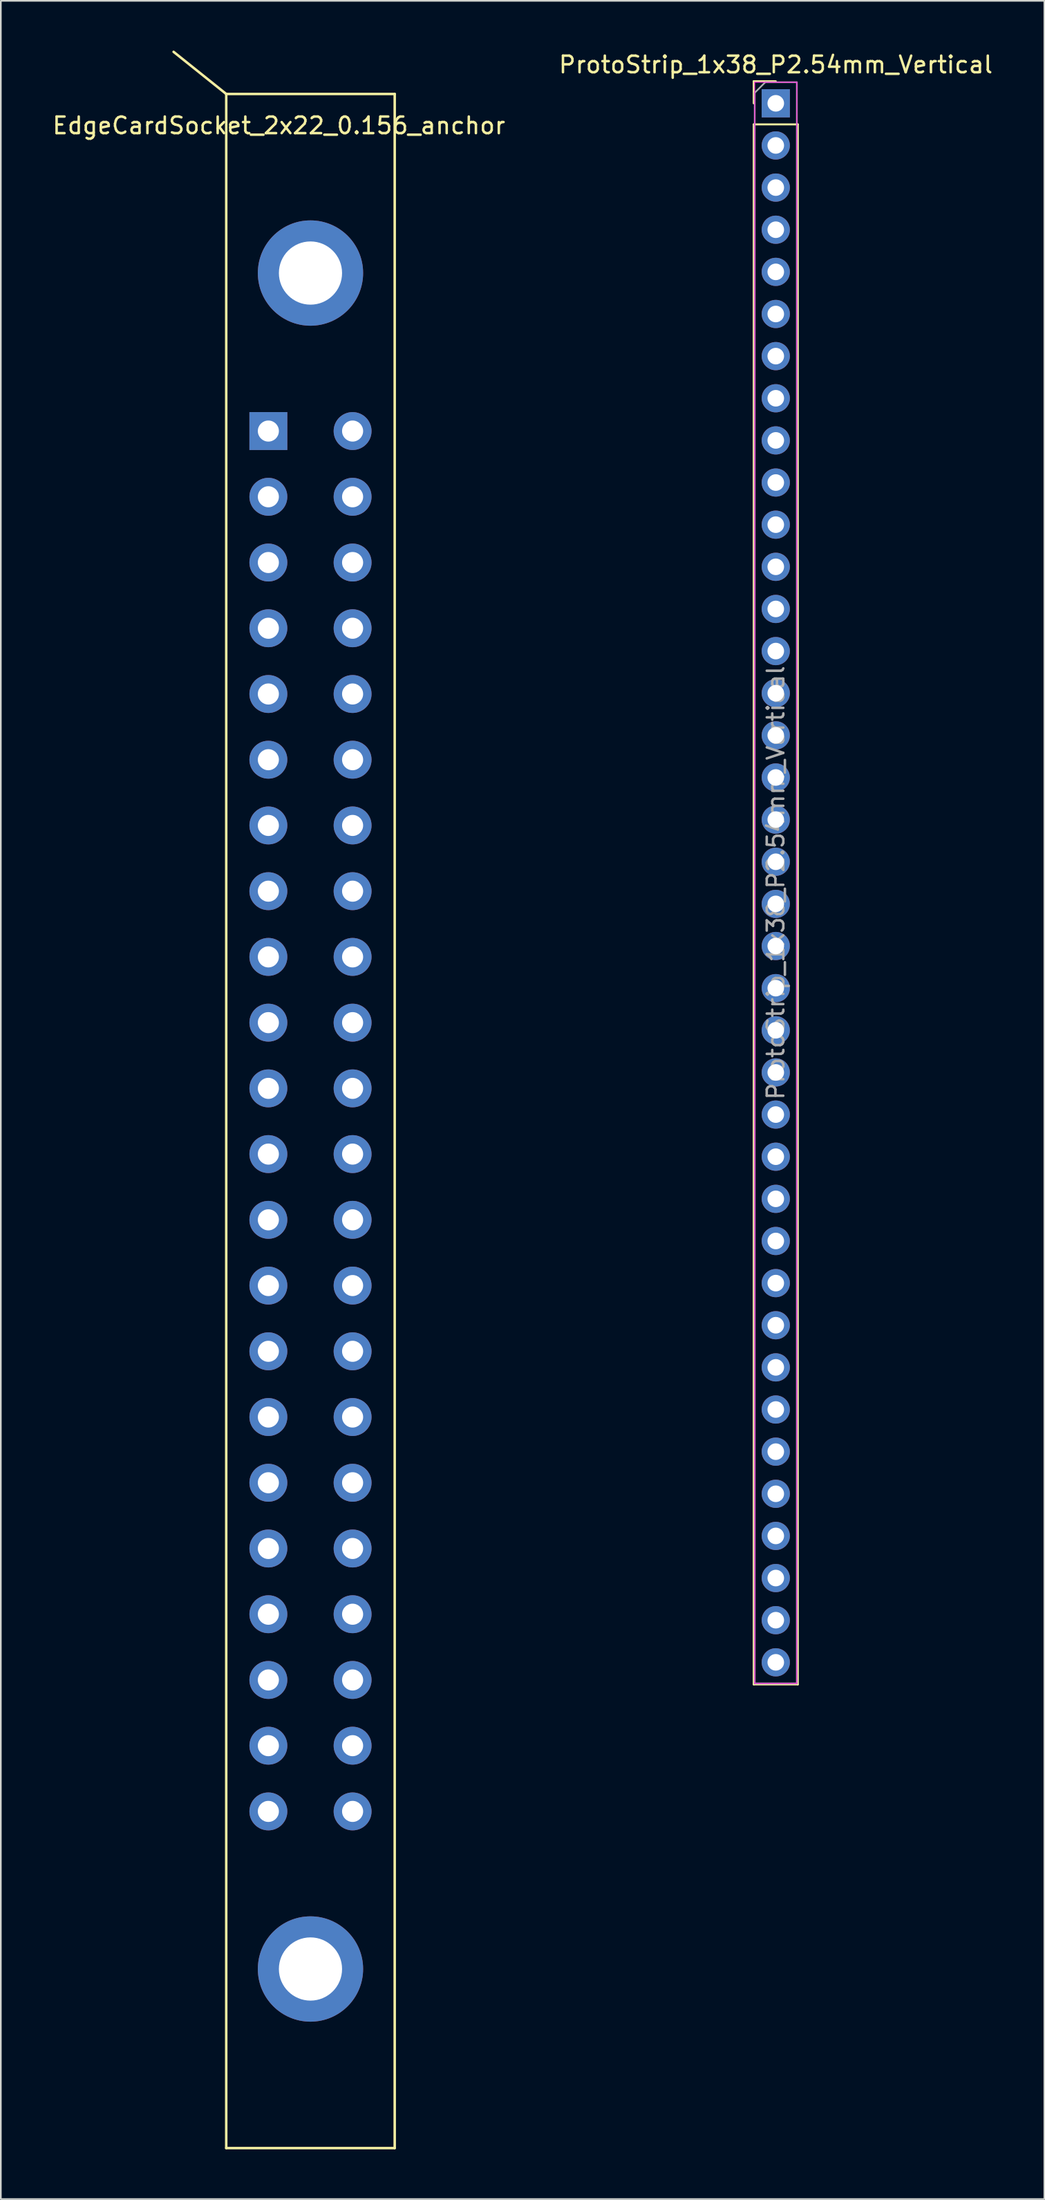
<source format=kicad_pcb>
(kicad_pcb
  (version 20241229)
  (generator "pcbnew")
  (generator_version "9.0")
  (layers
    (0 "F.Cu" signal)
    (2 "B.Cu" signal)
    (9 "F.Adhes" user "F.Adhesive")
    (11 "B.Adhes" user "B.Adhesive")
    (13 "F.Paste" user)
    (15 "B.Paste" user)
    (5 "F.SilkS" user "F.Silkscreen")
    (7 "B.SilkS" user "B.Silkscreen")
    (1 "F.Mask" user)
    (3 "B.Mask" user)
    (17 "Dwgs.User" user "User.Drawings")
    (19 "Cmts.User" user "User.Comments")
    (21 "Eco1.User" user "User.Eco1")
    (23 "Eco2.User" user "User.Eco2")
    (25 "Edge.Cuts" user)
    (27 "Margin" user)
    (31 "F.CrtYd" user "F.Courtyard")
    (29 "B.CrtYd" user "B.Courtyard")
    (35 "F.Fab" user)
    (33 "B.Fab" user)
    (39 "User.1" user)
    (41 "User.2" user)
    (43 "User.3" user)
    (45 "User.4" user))
  (footprint "EdgeCardSocket_2x22_0.156_anchor"
    (layer "F.Cu")
    (at 13.133 22.935)
    (property "Reference" "EdgeCardSocket_2x22_0.156_anchor" (at 0.635 -18.415 0) (layer "F.SilkS") (effects (font (size 1 1) (thickness 0.15))))
    (attr through_hole)
    (fp_line (start -2.54 -20.32) (end -5.715 -22.86) (stroke (width 0.15) (type solid)) (layer "F.SilkS"))
    (fp_line (start -2.54 -20.32) (end 7.62 -20.32) (stroke (width 0.15) (type solid)) (layer "F.SilkS"))
    (fp_line (start -2.54 103.505) (end -2.54 -20.32) (stroke (width 0.15) (type solid)) (layer "F.SilkS"))
    (fp_line (start 7.62 -20.32) (end 7.62 103.505) (stroke (width 0.15) (type solid)) (layer "F.SilkS"))
    (fp_line (start 7.62 103.505) (end -2.54 103.505) (stroke (width 0.15) (type solid)) (layer "F.SilkS"))
    (pad "1" thru_hole rect (at 0 0) (size 2.286 2.286) (drill 1.27) (layers "*.Cu" "*.Mask"))
    (pad "2" thru_hole circle (at 0 3.962) (size 2.286 2.286) (drill 1.27) (layers "*.Cu" "*.Mask"))
    (pad "3" thru_hole circle (at 0 7.925) (size 2.286 2.286) (drill 1.27) (layers "*.Cu" "*.Mask"))
    (pad "4" thru_hole circle (at 0 11.887) (size 2.286 2.286) (drill 1.27) (layers "*.Cu" "*.Mask"))
    (pad "5" thru_hole circle (at 0 15.85) (size 2.286 2.286) (drill 1.27) (layers "*.Cu" "*.Mask"))
    (pad "6" thru_hole circle (at 0 19.812) (size 2.286 2.286) (drill 1.27) (layers "*.Cu" "*.Mask"))
    (pad "7" thru_hole circle (at 0 23.774) (size 2.286 2.286) (drill 1.27) (layers "*.Cu" "*.Mask"))
    (pad "8" thru_hole circle (at 0 27.737) (size 2.286 2.286) (drill 1.27) (layers "*.Cu" "*.Mask"))
    (pad "9" thru_hole circle (at 0 31.699) (size 2.286 2.286) (drill 1.27) (layers "*.Cu" "*.Mask"))
    (pad "10" thru_hole circle (at 0 35.662) (size 2.286 2.286) (drill 1.27) (layers "*.Cu" "*.Mask"))
    (pad "11" thru_hole circle (at 0 39.624) (size 2.286 2.286) (drill 1.27) (layers "*.Cu" "*.Mask"))
    (pad "12" thru_hole circle (at 0 43.586) (size 2.286 2.286) (drill 1.27) (layers "*.Cu" "*.Mask"))
    (pad "13" thru_hole circle (at 0 47.549) (size 2.286 2.286) (drill 1.27) (layers "*.Cu" "*.Mask"))
    (pad "14" thru_hole circle (at 0 51.511) (size 2.286 2.286) (drill 1.27) (layers "*.Cu" "*.Mask"))
    (pad "15" thru_hole circle (at 0 55.474) (size 2.286 2.286) (drill 1.27) (layers "*.Cu" "*.Mask"))
    (pad "16" thru_hole circle (at 0 59.436) (size 2.286 2.286) (drill 1.27) (layers "*.Cu" "*.Mask"))
    (pad "17" thru_hole circle (at 0 63.398) (size 2.286 2.286) (drill 1.27) (layers "*.Cu" "*.Mask"))
    (pad "18" thru_hole circle (at 0 67.361) (size 2.286 2.286) (drill 1.27) (layers "*.Cu" "*.Mask"))
    (pad "19" thru_hole circle (at 0 71.323) (size 2.286 2.286) (drill 1.27) (layers "*.Cu" "*.Mask"))
    (pad "20" thru_hole circle (at 0 75.286) (size 2.286 2.286) (drill 1.27) (layers "*.Cu" "*.Mask"))
    (pad "21" thru_hole circle (at 0 79.248) (size 2.286 2.286) (drill 1.27) (layers "*.Cu" "*.Mask"))
    (pad "22" thru_hole circle (at 0 83.21) (size 2.286 2.286) (drill 1.27) (layers "*.Cu" "*.Mask"))
    (pad "98" thru_hole circle (at 2.54 92.71) (size 6.35 6.35) (drill 3.81) (layers "*.Cu" "*.Mask"))
    (pad "99" thru_hole circle (at 2.54 -9.525) (size 6.35 6.35) (drill 3.81) (layers "*.Cu" "*.Mask"))
    (pad "A" thru_hole circle (at 5.08 0) (size 2.286 2.286) (drill 1.27) (layers "*.Cu" "*.Mask"))
    (pad "B" thru_hole circle (at 5.08 3.962) (size 2.286 2.286) (drill 1.27) (layers "*.Cu" "*.Mask"))
    (pad "C" thru_hole circle (at 5.08 7.925) (size 2.286 2.286) (drill 1.27) (layers "*.Cu" "*.Mask"))
    (pad "D" thru_hole circle (at 5.08 11.887) (size 2.286 2.286) (drill 1.27) (layers "*.Cu" "*.Mask"))
    (pad "E" thru_hole circle (at 5.08 15.85) (size 2.286 2.286) (drill 1.27) (layers "*.Cu" "*.Mask"))
    (pad "F" thru_hole circle (at 5.08 19.812) (size 2.286 2.286) (drill 1.27) (layers "*.Cu" "*.Mask"))
    (pad "H" thru_hole circle (at 5.08 23.774) (size 2.286 2.286) (drill 1.27) (layers "*.Cu" "*.Mask"))
    (pad "J" thru_hole circle (at 5.08 27.737) (size 2.286 2.286) (drill 1.27) (layers "*.Cu" "*.Mask"))
    (pad "K" thru_hole circle (at 5.08 31.699) (size 2.286 2.286) (drill 1.27) (layers "*.Cu" "*.Mask"))
    (pad "L" thru_hole circle (at 5.08 35.662) (size 2.286 2.286) (drill 1.27) (layers "*.Cu" "*.Mask"))
    (pad "M" thru_hole circle (at 5.08 39.624) (size 2.286 2.286) (drill 1.27) (layers "*.Cu" "*.Mask"))
    (pad "N" thru_hole circle (at 5.08 43.586) (size 2.286 2.286) (drill 1.27) (layers "*.Cu" "*.Mask"))
    (pad "P" thru_hole circle (at 5.08 47.549) (size 2.286 2.286) (drill 1.27) (layers "*.Cu" "*.Mask"))
    (pad "R" thru_hole circle (at 5.08 51.511) (size 2.286 2.286) (drill 1.27) (layers "*.Cu" "*.Mask"))
    (pad "S" thru_hole circle (at 5.08 55.474) (size 2.286 2.286) (drill 1.27) (layers "*.Cu" "*.Mask"))
    (pad "T" thru_hole circle (at 5.08 59.436) (size 2.286 2.286) (drill 1.27) (layers "*.Cu" "*.Mask"))
    (pad "U" thru_hole circle (at 5.08 63.398) (size 2.286 2.286) (drill 1.27) (layers "*.Cu" "*.Mask"))
    (pad "V" thru_hole circle (at 5.08 67.361) (size 2.286 2.286) (drill 1.27) (layers "*.Cu" "*.Mask"))
    (pad "W" thru_hole circle (at 5.08 71.323) (size 2.286 2.286) (drill 1.27) (layers "*.Cu" "*.Mask"))
    (pad "X" thru_hole circle (at 5.08 75.286) (size 2.286 2.286) (drill 1.27) (layers "*.Cu" "*.Mask"))
    (pad "Y" thru_hole circle (at 5.08 79.248) (size 2.286 2.286) (drill 1.27) (layers "*.Cu" "*.Mask"))
    (pad "Z" thru_hole circle (at 5.08 83.21) (size 2.286 2.286) (drill 1.27) (layers "*.Cu" "*.Mask")))
  (footprint "ProtoStrip_1x38_P2.54mm_Vertical"
    (layer "F.Cu")
    (at 43.732 3.178)
    (property "Reference" "ProtoStrip_1x38_P2.54mm_Vertical" (at 0 -2.33 0) (layer "F.SilkS") (effects (font (size 1 1) (thickness 0.15))))
    (attr through_hole)
    (fp_line (start -1.33 -1.33) (end 0 -1.33) (stroke (width 0.12) (type solid)) (layer "F.SilkS"))
    (fp_line (start -1.33 0) (end -1.33 -1.33) (stroke (width 0.12) (type solid)) (layer "F.SilkS"))
    (fp_line (start -1.33 1.27) (end -1.33 95.31) (stroke (width 0.12) (type solid)) (layer "F.SilkS"))
    (fp_line (start -1.33 1.27) (end 1.33 1.27) (stroke (width 0.12) (type solid)) (layer "F.SilkS"))
    (fp_line (start -1.33 95.31) (end 1.33 95.31) (stroke (width 0.12) (type solid)) (layer "F.SilkS"))
    (fp_line (start 1.33 1.27) (end 1.33 95.31) (stroke (width 0.12) (type solid)) (layer "F.SilkS"))
    (fp_line (start -1.27 -1.27) (end -1.27 95.25) (stroke (width 0.05) (type solid)) (layer "F.CrtYd"))
    (fp_line (start -1.27 95.25) (end 1.27 95.25) (stroke (width 0.05) (type solid)) (layer "F.CrtYd"))
    (fp_line (start 1.27 -1.27) (end -1.27 -1.27) (stroke (width 0.05) (type solid)) (layer "F.CrtYd"))
    (fp_line (start 1.27 95.25) (end 1.27 -1.27) (stroke (width 0.05) (type solid)) (layer "F.CrtYd"))
    (fp_line (start -1.27 -0.635) (end -0.635 -1.27) (stroke (width 0.1) (type solid)) (layer "F.Fab"))
    (fp_line (start -1.27 95.25) (end -1.27 -0.635) (stroke (width 0.1) (type solid)) (layer "F.Fab"))
    (fp_line (start -0.635 -1.27) (end 1.27 -1.27) (stroke (width 0.1) (type solid)) (layer "F.Fab"))
    (fp_line (start 1.27 -1.27) (end 1.27 95.25) (stroke (width 0.1) (type solid)) (layer "F.Fab"))
    (fp_line (start 1.27 95.25) (end -1.27 95.25) (stroke (width 0.1) (type solid)) (layer "F.Fab"))
    (fp_text user "${REFERENCE}" (at 0 46.99 270) (layer "F.Fab") (effects (font (size 1 1) (thickness 0.15))))
    (pad "1" thru_hole rect (at 0 0) (size 1.7 1.7) (drill 1) (layers "*.Cu" "*.Mask"))
    (pad "2" thru_hole oval (at 0 2.54) (size 1.7 1.7) (drill 1) (layers "*.Cu" "*.Mask"))
    (pad "3" thru_hole oval (at 0 5.08) (size 1.7 1.7) (drill 1) (layers "*.Cu" "*.Mask"))
    (pad "4" thru_hole oval (at 0 7.62) (size 1.7 1.7) (drill 1) (layers "*.Cu" "*.Mask"))
    (pad "5" thru_hole oval (at 0 10.16) (size 1.7 1.7) (drill 1) (layers "*.Cu" "*.Mask"))
    (pad "6" thru_hole oval (at 0 12.7) (size 1.7 1.7) (drill 1) (layers "*.Cu" "*.Mask"))
    (pad "7" thru_hole oval (at 0 15.24) (size 1.7 1.7) (drill 1) (layers "*.Cu" "*.Mask"))
    (pad "8" thru_hole oval (at 0 17.78) (size 1.7 1.7) (drill 1) (layers "*.Cu" "*.Mask"))
    (pad "9" thru_hole oval (at 0 20.32) (size 1.7 1.7) (drill 1) (layers "*.Cu" "*.Mask"))
    (pad "10" thru_hole oval (at 0 22.86) (size 1.7 1.7) (drill 1) (layers "*.Cu" "*.Mask"))
    (pad "11" thru_hole oval (at 0 25.4) (size 1.7 1.7) (drill 1) (layers "*.Cu" "*.Mask"))
    (pad "12" thru_hole oval (at 0 27.94) (size 1.7 1.7) (drill 1) (layers "*.Cu" "*.Mask"))
    (pad "13" thru_hole oval (at 0 30.48) (size 1.7 1.7) (drill 1) (layers "*.Cu" "*.Mask"))
    (pad "14" thru_hole oval (at 0 33.02) (size 1.7 1.7) (drill 1) (layers "*.Cu" "*.Mask"))
    (pad "15" thru_hole oval (at 0 35.56) (size 1.7 1.7) (drill 1) (layers "*.Cu" "*.Mask"))
    (pad "16" thru_hole oval (at 0 38.1) (size 1.7 1.7) (drill 1) (layers "*.Cu" "*.Mask"))
    (pad "17" thru_hole oval (at 0 40.64) (size 1.7 1.7) (drill 1) (layers "*.Cu" "*.Mask"))
    (pad "18" thru_hole oval (at 0 43.18) (size 1.7 1.7) (drill 1) (layers "*.Cu" "*.Mask"))
    (pad "19" thru_hole oval (at 0 45.72) (size 1.7 1.7) (drill 1) (layers "*.Cu" "*.Mask"))
    (pad "20" thru_hole oval (at 0 48.26) (size 1.7 1.7) (drill 1) (layers "*.Cu" "*.Mask"))
    (pad "21" thru_hole oval (at 0 50.8) (size 1.7 1.7) (drill 1) (layers "*.Cu" "*.Mask"))
    (pad "22" thru_hole oval (at 0 53.34) (size 1.7 1.7) (drill 1) (layers "*.Cu" "*.Mask"))
    (pad "23" thru_hole oval (at 0 55.88) (size 1.7 1.7) (drill 1) (layers "*.Cu" "*.Mask"))
    (pad "24" thru_hole oval (at 0 58.42) (size 1.7 1.7) (drill 1) (layers "*.Cu" "*.Mask"))
    (pad "25" thru_hole oval (at 0 60.96) (size 1.7 1.7) (drill 1) (layers "*.Cu" "*.Mask"))
    (pad "26" thru_hole oval (at 0 63.5) (size 1.7 1.7) (drill 1) (layers "*.Cu" "*.Mask"))
    (pad "27" thru_hole oval (at 0 66.04) (size 1.7 1.7) (drill 1) (layers "*.Cu" "*.Mask"))
    (pad "28" thru_hole oval (at 0 68.58) (size 1.7 1.7) (drill 1) (layers "*.Cu" "*.Mask"))
    (pad "29" thru_hole oval (at 0 71.12) (size 1.7 1.7) (drill 1) (layers "*.Cu" "*.Mask"))
    (pad "30" thru_hole oval (at 0 73.66) (size 1.7 1.7) (drill 1) (layers "*.Cu" "*.Mask"))
    (pad "31" thru_hole oval (at 0 76.2) (size 1.7 1.7) (drill 1) (layers "*.Cu" "*.Mask"))
    (pad "32" thru_hole oval (at 0 78.74) (size 1.7 1.7) (drill 1) (layers "*.Cu" "*.Mask"))
    (pad "33" thru_hole oval (at 0 81.28) (size 1.7 1.7) (drill 1) (layers "*.Cu" "*.Mask"))
    (pad "34" thru_hole oval (at 0 83.82) (size 1.7 1.7) (drill 1) (layers "*.Cu" "*.Mask"))
    (pad "35" thru_hole oval (at 0 86.36) (size 1.7 1.7) (drill 1) (layers "*.Cu" "*.Mask"))
    (pad "36" thru_hole oval (at 0 88.9) (size 1.7 1.7) (drill 1) (layers "*.Cu" "*.Mask"))
    (pad "37" thru_hole oval (at 0 91.44) (size 1.7 1.7) (drill 1) (layers "*.Cu" "*.Mask"))
    (pad "38" thru_hole oval (at 0 93.98) (size 1.7 1.7) (drill 1) (layers "*.Cu" "*.Mask")))
  (gr_rect
    (start -3 -3)
    (end 59.929 129.515)
    (stroke (width 0.1) (type default))
    (fill no)
    (layer "Edge.Cuts")))
</source>
